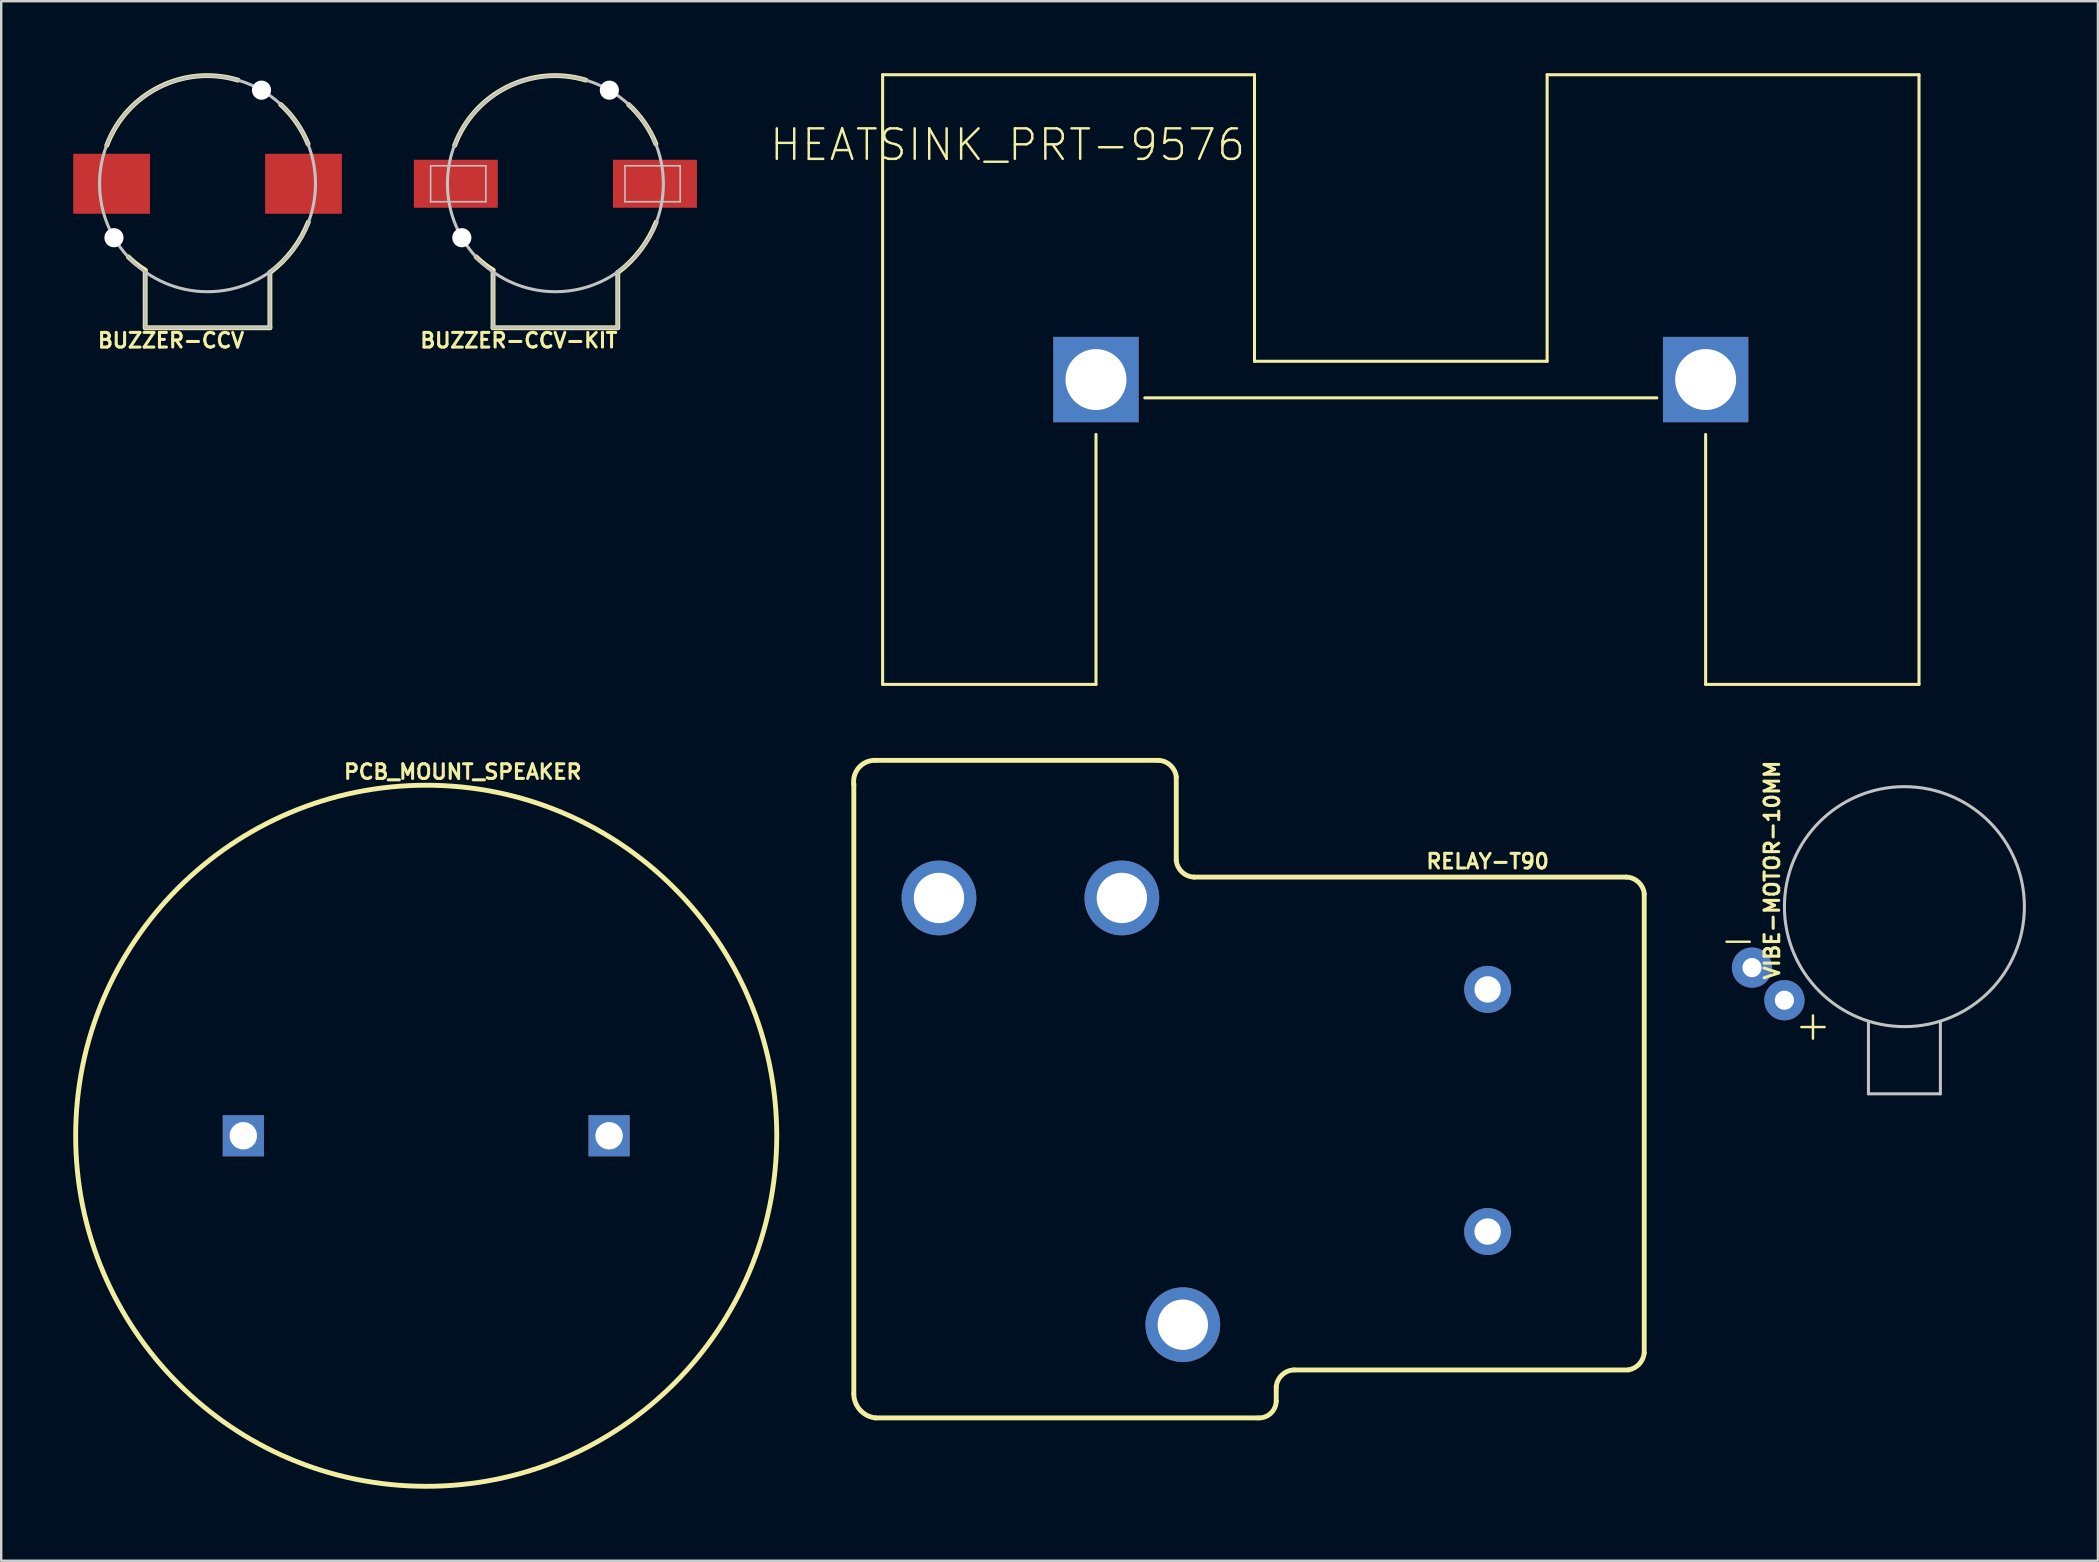
<source format=kicad_pcb>
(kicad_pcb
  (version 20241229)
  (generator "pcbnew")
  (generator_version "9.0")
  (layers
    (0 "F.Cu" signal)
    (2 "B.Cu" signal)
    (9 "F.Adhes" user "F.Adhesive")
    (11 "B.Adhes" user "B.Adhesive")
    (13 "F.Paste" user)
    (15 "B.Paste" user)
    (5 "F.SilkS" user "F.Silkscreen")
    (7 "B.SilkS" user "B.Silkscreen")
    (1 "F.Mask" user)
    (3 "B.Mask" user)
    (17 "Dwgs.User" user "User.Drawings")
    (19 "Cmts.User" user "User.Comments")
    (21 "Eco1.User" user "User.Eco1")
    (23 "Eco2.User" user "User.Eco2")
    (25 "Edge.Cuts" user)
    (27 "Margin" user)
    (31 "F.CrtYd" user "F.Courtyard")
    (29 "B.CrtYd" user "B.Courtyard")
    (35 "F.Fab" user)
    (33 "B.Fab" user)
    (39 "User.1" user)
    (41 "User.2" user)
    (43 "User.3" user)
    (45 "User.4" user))
  (footprint "BUZZER-CCV-KIT"
    (layer "F.Cu")
    (at 20.09 4.606)
    (property "Reference" "BUZZER-CCV-KIT" (at -1.524 6.528 180) (layer "F.SilkS") (effects (font (size 0.61 0.61) (thickness 0.127))))
    (attr smd)
    (fp_line (start -2.598 5.999) (end -2.598 3.599) (stroke (width 0.203) (type solid)) (layer "F.SilkS"))
    (fp_line (start -2.598 5.999) (end 2.598 5.999) (stroke (width 0.203) (type solid)) (layer "F.SilkS"))
    (fp_line (start 2.598 5.999) (end 2.598 3.698) (stroke (width 0.203) (type solid)) (layer "F.SilkS"))
    (fp_arc (start -4.19862 -1.59766) (mid -2.002832 -4.035588) (end 1.265977 -4.3182) (stroke (width 0.2032) (type solid)) (layer "F.SilkS"))
    (fp_arc (start -2.59842 3.59918) (mid -2.964698 3.343253) (end -3.299908 3.047799) (stroke (width 0.2032) (type solid)) (layer "F.SilkS"))
    (fp_arc (start 3.048 -3.302) (mid 3.709998 -2.543969) (end 4.187605 -1.658111) (stroke (width 0.2032) (type solid)) (layer "F.SilkS"))
    (fp_arc (start 4.19862 1.59766) (mid 3.545549 2.758251) (end 2.601146 3.697174) (stroke (width 0.2032) (type solid)) (layer "F.SilkS"))
    (fp_line (start -5.199 -0.749) (end -2.898 -0.749) (stroke (width 0.066) (type solid)) (layer "Dwgs.User"))
    (fp_line (start -5.199 0.749) (end -5.199 -0.749) (stroke (width 0.066) (type solid)) (layer "Dwgs.User"))
    (fp_line (start -5.199 0.749) (end -2.898 0.749) (stroke (width 0.066) (type solid)) (layer "Dwgs.User"))
    (fp_line (start -2.898 0.749) (end -2.898 -0.749) (stroke (width 0.066) (type solid)) (layer "Dwgs.User"))
    (fp_line (start -2.598 5.999) (end -2.598 3.698) (stroke (width 0.127) (type solid)) (layer "Dwgs.User"))
    (fp_line (start 2.598 5.999) (end -2.598 5.999) (stroke (width 0.127) (type solid)) (layer "Dwgs.User"))
    (fp_line (start 2.598 5.999) (end 2.598 3.698) (stroke (width 0.127) (type solid)) (layer "Dwgs.User"))
    (fp_line (start 2.898 -0.749) (end 5.199 -0.749) (stroke (width 0.066) (type solid)) (layer "Dwgs.User"))
    (fp_line (start 2.898 0.749) (end 2.898 -0.749) (stroke (width 0.066) (type solid)) (layer "Dwgs.User"))
    (fp_line (start 2.898 0.749) (end 5.199 0.749) (stroke (width 0.066) (type solid)) (layer "Dwgs.User"))
    (fp_line (start 5.199 0.749) (end 5.199 -0.749) (stroke (width 0.066) (type solid)) (layer "Dwgs.User"))
    (fp_circle (center 0 0) (end 0 -4.498) (stroke (width 0.127) (type solid)) (fill no) (layer "Dwgs.User"))
    (pad "" np_thru_hole circle (at -3.899 2.248) (size 0.798 0.798) (drill 0.798) (layers "*.Cu" "*.Mask"))
    (pad "" np_thru_hole circle (at 2.248 -3.899) (size 0.798 0.798) (drill 0.798) (layers "*.Cu" "*.Mask"))
    (pad "+" smd rect (at 4.148 0) (size 3.498 1.999) (layers "F.Cu" "F.Mask" "F.Paste"))
    (pad "-" smd rect (at -4.148 0) (size 3.498 1.999) (layers "F.Cu" "F.Mask" "F.Paste")))
  (footprint "VIBE-MOTOR-10MM"
    (layer "F.Cu")
    (at 76.295 34.724)
    (property "Reference" "VIBE-MOTOR-10MM" (at -5.512 -1.524 90) (layer "F.SilkS") (effects (font (size 0.61 0.61) (thickness 0.127))))
    (attr exclude_from_pos_files exclude_from_bom)
    (fp_line (start -1.499 4.798) (end -1.499 7.798) (stroke (width 0.127) (type solid)) (layer "Dwgs.User"))
    (fp_line (start -1.499 7.798) (end 1.499 7.798) (stroke (width 0.127) (type solid)) (layer "Dwgs.User"))
    (fp_line (start 1.499 7.798) (end 1.499 4.798) (stroke (width 0.127) (type solid)) (layer "Dwgs.User"))
    (fp_circle (center 0 0) (end 0 -4.999) (stroke (width 0.127) (type solid)) (fill no) (layer "Dwgs.User"))
    (fp_text user "-" (at -6.927 1.364 0) (layer "F.SilkS") (effects (font (size 1.27 1.27) (thickness 0.102))))
    (fp_text user "+" (at -3.81 4.917 0) (layer "F.SilkS") (effects (font (size 1.27 1.27) (thickness 0.102))))
    (pad "+" thru_hole circle (at -4.999 3.899) (size 1.676 1.676) (drill 0.798) (layers "*.Cu" "*.Paste" "*.Mask"))
    (pad "-" thru_hole circle (at -6.35 2.54) (size 1.676 1.676) (drill 0.798) (layers "*.Cu" "*.Paste" "*.Mask")))
  (footprint "BUZZER-CCV"
    (layer "F.Cu")
    (at 5.597 4.606)
    (property "Reference" "BUZZER-CCV" (at -1.524 6.528 180) (layer "F.SilkS") (effects (font (size 0.61 0.61) (thickness 0.127))))
    (attr smd)
    (fp_line (start -2.598 5.999) (end -2.598 3.599) (stroke (width 0.203) (type solid)) (layer "F.SilkS"))
    (fp_line (start -2.598 5.999) (end 2.598 5.999) (stroke (width 0.203) (type solid)) (layer "F.SilkS"))
    (fp_line (start 2.598 5.999) (end 2.598 3.698) (stroke (width 0.203) (type solid)) (layer "F.SilkS"))
    (fp_arc (start -4.19862 -1.59766) (mid -2.002832 -4.035588) (end 1.265977 -4.3182) (stroke (width 0.2032) (type solid)) (layer "F.SilkS"))
    (fp_arc (start -2.59842 3.59918) (mid -2.964698 3.343253) (end -3.299908 3.047799) (stroke (width 0.2032) (type solid)) (layer "F.SilkS"))
    (fp_arc (start 3.048 -3.302) (mid 3.709998 -2.543969) (end 4.187605 -1.658111) (stroke (width 0.2032) (type solid)) (layer "F.SilkS"))
    (fp_arc (start 4.19862 1.59766) (mid 3.545549 2.758251) (end 2.601146 3.697174) (stroke (width 0.2032) (type solid)) (layer "F.SilkS"))
    (fp_line (start -2.598 5.999) (end -2.598 3.698) (stroke (width 0.127) (type solid)) (layer "Dwgs.User"))
    (fp_line (start 2.598 5.999) (end -2.598 5.999) (stroke (width 0.127) (type solid)) (layer "Dwgs.User"))
    (fp_line (start 2.598 5.999) (end 2.598 3.698) (stroke (width 0.127) (type solid)) (layer "Dwgs.User"))
    (fp_circle (center 0 0) (end 0 -4.498) (stroke (width 0.127) (type solid)) (fill no) (layer "Dwgs.User"))
    (pad "" np_thru_hole circle (at -3.899 2.248) (size 0.798 0.798) (drill 0.798) (layers "*.Cu" "*.Mask"))
    (pad "" np_thru_hole circle (at 2.248 -3.899) (size 0.798 0.798) (drill 0.798) (layers "*.Cu" "*.Mask"))
    (pad "+" smd rect (at 3.998 0) (size 3.198 2.499) (layers "F.Cu" "F.Mask" "F.Paste"))
    (pad "-" smd rect (at -3.998 0) (size 3.198 2.499) (layers "F.Cu" "F.Mask" "F.Paste")))
  (footprint "HEATSINK_PRT-9576"
    (layer "F.Cu")
    (at 55.313 12.764)
    (property "Reference" "HEATSINK_PRT-9576" (at -16.383 -9.779 0) (layer "F.SilkS") (effects (font (size 1.27 1.27) (thickness 0.102))))
    (attr exclude_from_pos_files exclude_from_bom)
    (fp_line (start -21.59 -12.7) (end -6.096 -12.7) (stroke (width 0.127) (type solid)) (layer "F.SilkS"))
    (fp_line (start -21.59 12.7) (end -21.59 -12.7) (stroke (width 0.127) (type solid)) (layer "F.SilkS"))
    (fp_line (start -12.7 12.7) (end -21.59 12.7) (stroke (width 0.127) (type solid)) (layer "F.SilkS"))
    (fp_line (start -12.7 12.7) (end -12.7 2.286) (stroke (width 0.127) (type solid)) (layer "F.SilkS"))
    (fp_line (start -10.668 0.762) (end 10.668 0.762) (stroke (width 0.127) (type solid)) (layer "F.SilkS"))
    (fp_line (start -6.096 -0.762) (end -6.096 -12.7) (stroke (width 0.127) (type solid)) (layer "F.SilkS"))
    (fp_line (start 6.096 -0.762) (end -6.096 -0.762) (stroke (width 0.127) (type solid)) (layer "F.SilkS"))
    (fp_line (start 6.096 -0.762) (end 6.096 -12.7) (stroke (width 0.127) (type solid)) (layer "F.SilkS"))
    (fp_line (start 12.7 2.286) (end 12.7 12.7) (stroke (width 0.127) (type solid)) (layer "F.SilkS"))
    (fp_line (start 12.7 12.7) (end 21.59 12.7) (stroke (width 0.127) (type solid)) (layer "F.SilkS"))
    (fp_line (start 21.59 -12.7) (end 6.096 -12.7) (stroke (width 0.127) (type solid)) (layer "F.SilkS"))
    (fp_line (start 21.59 -12.7) (end 21.59 12.7) (stroke (width 0.127) (type solid)) (layer "F.SilkS"))
    (pad "P$1" thru_hole rect (at -12.7 0) (size 3.556 3.556) (drill 2.54) (layers "*.Cu" "*.Paste" "*.Mask"))
    (pad "P$2" thru_hole rect (at 12.7 0) (size 3.556 3.556) (drill 2.54) (layers "*.Cu" "*.Paste" "*.Mask")))
  (footprint "PCB_MOUNT_SPEAKER"
    (layer "F.Cu")
    (at 14.707 44.27)
    (property "Reference" "PCB_MOUNT_SPEAKER" (at 1.524 -15.164 0) (layer "F.SilkS") (effects (font (size 0.61 0.61) (thickness 0.127))))
    (attr exclude_from_pos_files exclude_from_bom)
    (fp_circle (center 0 0) (end 0 -14.605) (stroke (width 0.203) (type solid)) (fill no) (layer "F.SilkS"))
    (pad "+" thru_hole rect (at -7.62 0) (size 1.714 1.714) (drill 1.143) (layers "*.Cu" "*.Paste" "*.Mask"))
    (pad "-" thru_hole rect (at 7.62 0) (size 1.714 1.714) (drill 1.143) (layers "*.Cu" "*.Paste" "*.Mask")))
  (footprint "RELAY-T90"
    (layer "F.Cu")
    (at 58.931 34.362)
    (property "Reference" "RELAY-T90" (at 0 -1.524 0) (layer "F.SilkS") (effects (font (size 0.61 0.61) (thickness 0.127))))
    (attr exclude_from_pos_files exclude_from_bom)
    (fp_line (start -26.408 20.663) (end -26.408 -4.735) (stroke (width 0.203) (type solid)) (layer "F.SilkS"))
    (fp_line (start -25.499 -5.733) (end -13.724 -5.733) (stroke (width 0.203) (type solid)) (layer "F.SilkS"))
    (fp_line (start -12.974 -1.57) (end -12.974 -5.034) (stroke (width 0.203) (type solid)) (layer "F.SilkS"))
    (fp_line (start -12.222 -0.869) (end 5.773 -0.869) (stroke (width 0.203) (type solid)) (layer "F.SilkS"))
    (fp_line (start -9.558 21.664) (end -25.499 21.664) (stroke (width 0.203) (type solid)) (layer "F.SilkS"))
    (fp_line (start -8.809 20.963) (end -8.809 20.363) (stroke (width 0.203) (type solid)) (layer "F.SilkS"))
    (fp_line (start -8.059 19.665) (end 5.872 19.665) (stroke (width 0.203) (type solid)) (layer "F.SilkS"))
    (fp_line (start 6.523 18.964) (end 6.523 -0.168) (stroke (width 0.203) (type solid)) (layer "F.SilkS"))
    (fp_arc (start -26.40838 -4.73456) (mid -26.185767 -5.445636) (end -25.497958 -5.732175) (stroke (width 0.2032) (type solid)) (layer "F.SilkS"))
    (fp_arc (start -25.49906 21.66366) (mid -26.143332 21.337876) (end -26.40882 20.666507) (stroke (width 0.2032) (type solid)) (layer "F.SilkS"))
    (fp_arc (start -13.72362 -5.73278) (mid -13.215447 -5.526235) (end -12.972567 -5.034392) (stroke (width 0.2032) (type solid)) (layer "F.SilkS"))
    (fp_arc (start -12.22248 -0.86868) (mid -12.730653 -1.075225) (end -12.973533 -1.567068) (stroke (width 0.2032) (type solid)) (layer "F.SilkS"))
    (fp_arc (start -8.80872 20.36318) (mid -8.565715 19.870786) (end -8.057084 19.663912) (stroke (width 0.2032) (type solid)) (layer "F.SilkS"))
    (fp_arc (start -8.80872 20.96262) (mid -9.035646 21.47066) (end -9.557736 21.663074) (stroke (width 0.2032) (type solid)) (layer "F.SilkS"))
    (fp_arc (start 5.77342 -0.86868) (mid 6.281593 -0.662135) (end 6.524473 -0.170292) (stroke (width 0.2032) (type solid)) (layer "F.SilkS"))
    (fp_arc (start 6.52272 18.96364) (mid 6.314628 19.420638) (end 5.874039 19.661534) (stroke (width 0.2032) (type solid)) (layer "F.SilkS"))
    (pad "COIL" thru_hole circle (at 0 3.81) (size 1.956 1.956) (drill 1.1) (layers "*.Cu" "*.Paste" "*.Mask"))
    (pad "COIL" thru_hole circle (at 0 13.899) (size 1.956 1.956) (drill 1.1) (layers "*.Cu" "*.Paste" "*.Mask"))
    (pad "MAIN" thru_hole circle (at -12.7 17.78) (size 3.114 3.114) (drill 2.098) (layers "*.Cu" "*.Paste" "*.Mask"))
    (pad "NC" thru_hole circle (at -22.86 0) (size 3.114 3.114) (drill 2.098) (layers "*.Cu" "*.Paste" "*.Mask"))
    (pad "NO" thru_hole circle (at -15.24 0) (size 3.114 3.114) (drill 2.098) (layers "*.Cu" "*.Paste" "*.Mask")))
  (gr_rect
    (start -3 -3)
    (end 84.357 61.977)
    (stroke (width 0.1) (type default))
    (fill no)
    (layer "Edge.Cuts")))
</source>
